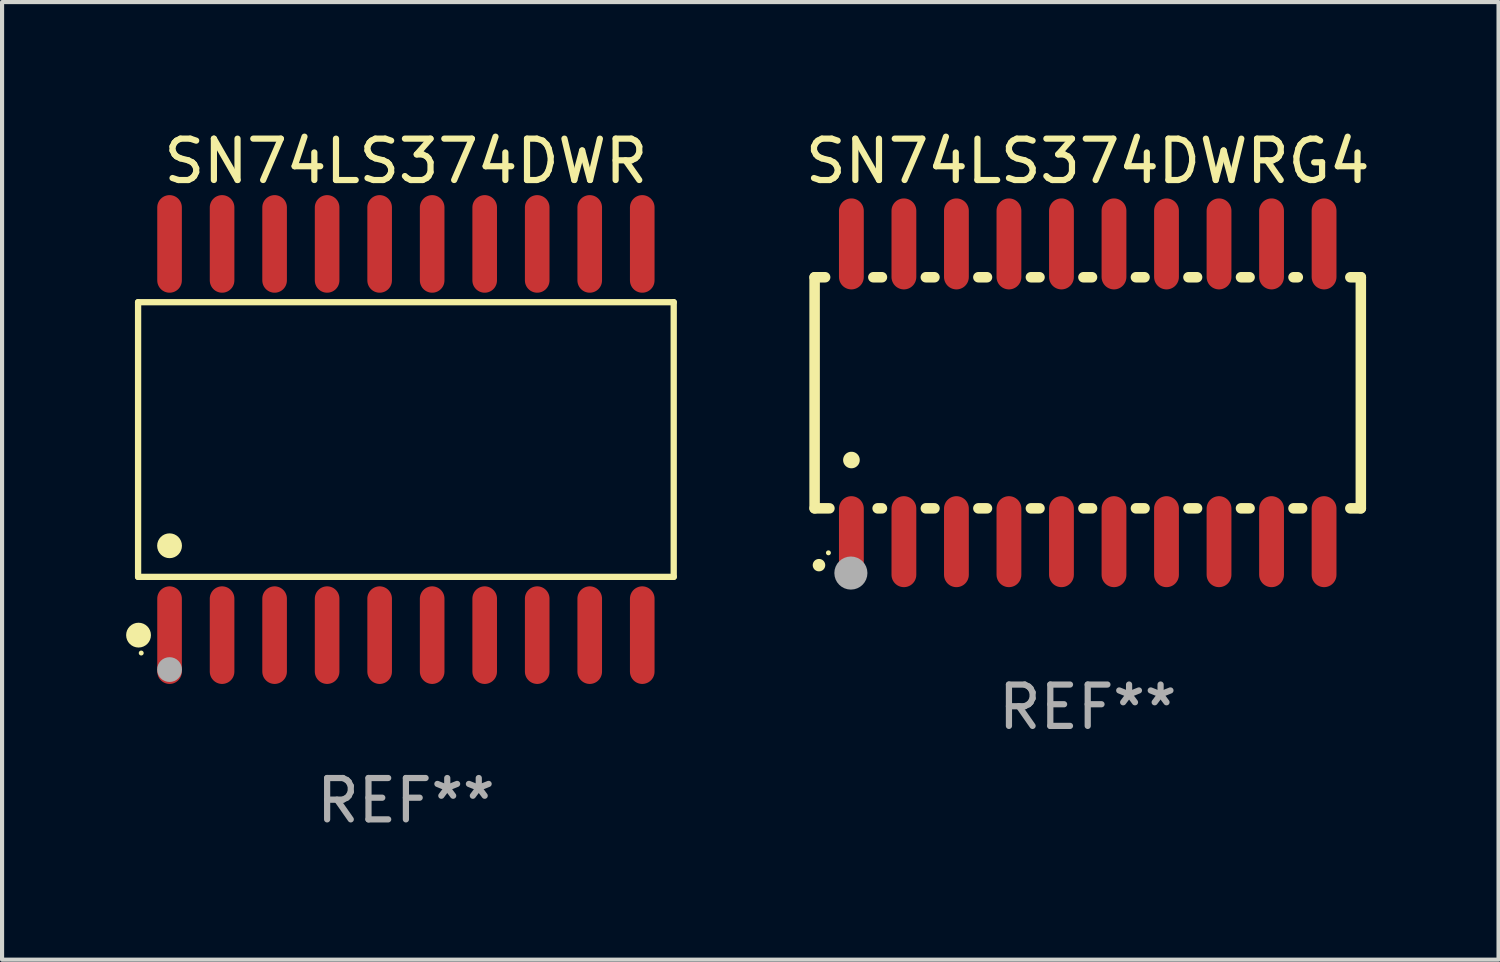
<source format=kicad_pcb>
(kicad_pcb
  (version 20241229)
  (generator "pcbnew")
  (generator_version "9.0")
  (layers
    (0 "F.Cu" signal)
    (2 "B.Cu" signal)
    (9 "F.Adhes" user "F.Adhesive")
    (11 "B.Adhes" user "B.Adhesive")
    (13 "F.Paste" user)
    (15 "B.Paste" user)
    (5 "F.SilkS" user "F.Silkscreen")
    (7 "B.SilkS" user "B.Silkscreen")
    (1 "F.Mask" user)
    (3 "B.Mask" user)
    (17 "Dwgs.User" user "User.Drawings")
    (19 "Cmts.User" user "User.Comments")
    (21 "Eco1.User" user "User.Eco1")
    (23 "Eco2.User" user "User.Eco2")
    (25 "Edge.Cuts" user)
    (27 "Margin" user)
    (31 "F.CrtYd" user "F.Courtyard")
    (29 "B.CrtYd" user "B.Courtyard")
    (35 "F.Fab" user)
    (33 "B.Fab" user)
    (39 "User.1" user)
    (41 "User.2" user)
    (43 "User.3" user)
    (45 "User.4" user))
  (footprint "SN74LS374DWRG4"
    (layer "F.Cu")
    (at 23.252 6.448)
    (property "Reference" "SN74LS374DWRG4" (at 0 -5.6 0) (layer "F.SilkS") (effects (font (size 1 1) (thickness 0.15))))
    (attr through_hole)
    (fp_line (start -6.604 -2.794) (end -6.604 2.794) (stroke (width 0.254) (type solid)) (layer "F.SilkS"))
    (fp_line (start -6.604 2.794) (end -6.246 2.794) (stroke (width 0.254) (type solid)) (layer "F.SilkS"))
    (fp_line (start -6.35 -2.794) (end -6.604 -2.794) (stroke (width 0.254) (type solid)) (layer "F.SilkS"))
    (fp_line (start -5.184 -2.794) (end -4.976 -2.794) (stroke (width 0.254) (type solid)) (layer "F.SilkS"))
    (fp_line (start -5.08 2.794) (end -4.976 2.794) (stroke (width 0.254) (type solid)) (layer "F.SilkS"))
    (fp_line (start -3.914 -2.794) (end -3.706 -2.794) (stroke (width 0.254) (type solid)) (layer "F.SilkS"))
    (fp_line (start -3.914 2.794) (end -3.706 2.794) (stroke (width 0.254) (type solid)) (layer "F.SilkS"))
    (fp_line (start -2.644 -2.794) (end -2.436 -2.794) (stroke (width 0.254) (type solid)) (layer "F.SilkS"))
    (fp_line (start -2.644 2.794) (end -2.436 2.794) (stroke (width 0.254) (type solid)) (layer "F.SilkS"))
    (fp_line (start -1.374 -2.794) (end -1.166 -2.794) (stroke (width 0.254) (type solid)) (layer "F.SilkS"))
    (fp_line (start -1.374 2.794) (end -1.166 2.794) (stroke (width 0.254) (type solid)) (layer "F.SilkS"))
    (fp_line (start -0.104 -2.794) (end 0.104 -2.794) (stroke (width 0.254) (type solid)) (layer "F.SilkS"))
    (fp_line (start -0.104 2.794) (end 0.104 2.794) (stroke (width 0.254) (type solid)) (layer "F.SilkS"))
    (fp_line (start 1.166 -2.794) (end 1.374 -2.794) (stroke (width 0.254) (type solid)) (layer "F.SilkS"))
    (fp_line (start 1.166 2.794) (end 1.374 2.794) (stroke (width 0.254) (type solid)) (layer "F.SilkS"))
    (fp_line (start 2.436 -2.794) (end 2.644 -2.794) (stroke (width 0.254) (type solid)) (layer "F.SilkS"))
    (fp_line (start 2.436 2.794) (end 2.644 2.794) (stroke (width 0.254) (type solid)) (layer "F.SilkS"))
    (fp_line (start 3.706 -2.794) (end 3.914 -2.794) (stroke (width 0.254) (type solid)) (layer "F.SilkS"))
    (fp_line (start 3.706 2.794) (end 3.914 2.794) (stroke (width 0.254) (type solid)) (layer "F.SilkS"))
    (fp_line (start 4.976 -2.794) (end 5.08 -2.794) (stroke (width 0.254) (type solid)) (layer "F.SilkS"))
    (fp_line (start 4.976 2.794) (end 5.184 2.794) (stroke (width 0.254) (type solid)) (layer "F.SilkS"))
    (fp_line (start 6.35 -2.794) (end 6.604 -2.794) (stroke (width 0.254) (type solid)) (layer "F.SilkS"))
    (fp_line (start 6.604 -2.794) (end 6.604 2.794) (stroke (width 0.254) (type solid)) (layer "F.SilkS"))
    (fp_line (start 6.604 2.794) (end 6.35 2.794) (stroke (width 0.254) (type solid)) (layer "F.SilkS"))
    (fp_arc (start -6.499619 4.167793) (mid -6.498349 4.167788) (end -6.497079 4.167793) (stroke (width 0.3) (type solid)) (layer "F.SilkS"))
    (fp_arc (start -5.715011 1.625603) (mid -5.713741 1.625599) (end -5.712471 1.625603) (stroke (width 0.4) (type solid)) (layer "F.SilkS"))
    (fp_circle (center -6.27 3.87) (end -6.24 3.87) (stroke (width 0.06) (type solid)) (fill no) (layer "F.SilkS"))
    (fp_circle (center -5.727 4.359) (end -5.527 4.359) (stroke (width 0.4) (type solid)) (fill no) (layer "F.Fab"))
    (fp_text user "REF**" (at 0 7.6 0) (layer "F.Fab") (effects (font (size 1 1) (thickness 0.15))))
    (pad "1" smd oval (at -5.715 3.6) (size 0.6 2.2) (layers "F.Cu" "F.Mask" "F.Paste"))
    (pad "2" smd oval (at -4.445 3.6) (size 0.6 2.2) (layers "F.Cu" "F.Mask" "F.Paste"))
    (pad "3" smd oval (at -3.175 3.6) (size 0.6 2.2) (layers "F.Cu" "F.Mask" "F.Paste"))
    (pad "4" smd oval (at -1.905 3.6) (size 0.6 2.2) (layers "F.Cu" "F.Mask" "F.Paste"))
    (pad "5" smd oval (at -0.635 3.6) (size 0.6 2.2) (layers "F.Cu" "F.Mask" "F.Paste"))
    (pad "6" smd oval (at 0.635 3.6) (size 0.6 2.2) (layers "F.Cu" "F.Mask" "F.Paste"))
    (pad "7" smd oval (at 1.905 3.6) (size 0.6 2.2) (layers "F.Cu" "F.Mask" "F.Paste"))
    (pad "8" smd oval (at 3.175 3.6) (size 0.6 2.2) (layers "F.Cu" "F.Mask" "F.Paste"))
    (pad "9" smd oval (at 4.445 3.6) (size 0.6 2.2) (layers "F.Cu" "F.Mask" "F.Paste"))
    (pad "10" smd oval (at 5.715 3.6) (size 0.6 2.2) (layers "F.Cu" "F.Mask" "F.Paste"))
    (pad "11" smd oval (at 5.715 -3.6 180) (size 0.6 2.2) (layers "F.Cu" "F.Mask" "F.Paste"))
    (pad "12" smd oval (at 4.445 -3.6 180) (size 0.6 2.2) (layers "F.Cu" "F.Mask" "F.Paste"))
    (pad "13" smd oval (at 3.175 -3.6 180) (size 0.6 2.2) (layers "F.Cu" "F.Mask" "F.Paste"))
    (pad "14" smd oval (at 1.905 -3.6 180) (size 0.6 2.2) (layers "F.Cu" "F.Mask" "F.Paste"))
    (pad "15" smd oval (at 0.635 -3.6 180) (size 0.6 2.2) (layers "F.Cu" "F.Mask" "F.Paste"))
    (pad "16" smd oval (at -0.635 -3.6 180) (size 0.6 2.2) (layers "F.Cu" "F.Mask" "F.Paste"))
    (pad "17" smd oval (at -1.905 -3.6 180) (size 0.6 2.2) (layers "F.Cu" "F.Mask" "F.Paste"))
    (pad "18" smd oval (at -3.175 -3.6 180) (size 0.6 2.2) (layers "F.Cu" "F.Mask" "F.Paste"))
    (pad "19" smd oval (at -4.445 -3.6 180) (size 0.6 2.2) (layers "F.Cu" "F.Mask" "F.Paste"))
    (pad "20" smd oval (at -5.715 -3.6 180) (size 0.6 2.2) (layers "F.Cu" "F.Mask" "F.Paste")))
  (footprint "SN74LS374DWR"
    (layer "F.Cu")
    (at 6.765 7.578)
    (property "Reference" "SN74LS374DWR" (at 0 -6.73 0) (layer "F.SilkS") (effects (font (size 1 1) (thickness 0.15))))
    (attr through_hole)
    (fp_line (start -6.476 -3.321) (end 6.476 -3.321) (stroke (width 0.152) (type solid)) (layer "F.SilkS"))
    (fp_line (start -6.476 3.321) (end -6.476 -3.321) (stroke (width 0.152) (type solid)) (layer "F.SilkS"))
    (fp_line (start 6.476 -3.321) (end 6.476 3.321) (stroke (width 0.152) (type solid)) (layer "F.SilkS"))
    (fp_line (start 6.476 3.321) (end -6.476 3.321) (stroke (width 0.152) (type solid)) (layer "F.SilkS"))
    (fp_circle (center -6.465 4.73) (end -6.315 4.73) (stroke (width 0.3) (type solid)) (fill no) (layer "F.SilkS"))
    (fp_circle (center -6.4 5.163) (end -6.37 5.163) (stroke (width 0.06) (type solid)) (fill no) (layer "F.SilkS"))
    (fp_circle (center -5.715 2.569) (end -5.565 2.569) (stroke (width 0.3) (type solid)) (fill no) (layer "F.SilkS"))
    (fp_circle (center -5.715 5.563) (end -5.565 5.563) (stroke (width 0.3) (type solid)) (fill no) (layer "F.Fab"))
    (fp_text user "REF**" (at 0 8.73 0) (layer "F.Fab") (effects (font (size 1 1) (thickness 0.15))))
    (pad "1" smd oval (at -5.715 4.73) (size 0.595 2.36) (layers "F.Cu" "F.Mask" "F.Paste"))
    (pad "2" smd oval (at -4.445 4.73) (size 0.595 2.36) (layers "F.Cu" "F.Mask" "F.Paste"))
    (pad "3" smd oval (at -3.175 4.73) (size 0.595 2.36) (layers "F.Cu" "F.Mask" "F.Paste"))
    (pad "4" smd oval (at -1.905 4.73) (size 0.595 2.36) (layers "F.Cu" "F.Mask" "F.Paste"))
    (pad "5" smd oval (at -0.635 4.73) (size 0.595 2.36) (layers "F.Cu" "F.Mask" "F.Paste"))
    (pad "6" smd oval (at 0.635 4.73) (size 0.595 2.36) (layers "F.Cu" "F.Mask" "F.Paste"))
    (pad "7" smd oval (at 1.905 4.73) (size 0.595 2.36) (layers "F.Cu" "F.Mask" "F.Paste"))
    (pad "8" smd oval (at 3.175 4.73) (size 0.595 2.36) (layers "F.Cu" "F.Mask" "F.Paste"))
    (pad "9" smd oval (at 4.445 4.73) (size 0.595 2.36) (layers "F.Cu" "F.Mask" "F.Paste"))
    (pad "10" smd oval (at 5.715 4.73) (size 0.595 2.36) (layers "F.Cu" "F.Mask" "F.Paste"))
    (pad "11" smd oval (at 5.715 -4.73) (size 0.595 2.36) (layers "F.Cu" "F.Mask" "F.Paste"))
    (pad "12" smd oval (at 4.445 -4.73) (size 0.595 2.36) (layers "F.Cu" "F.Mask" "F.Paste"))
    (pad "13" smd oval (at 3.175 -4.73) (size 0.595 2.36) (layers "F.Cu" "F.Mask" "F.Paste"))
    (pad "14" smd oval (at 1.905 -4.73) (size 0.595 2.36) (layers "F.Cu" "F.Mask" "F.Paste"))
    (pad "15" smd oval (at 0.635 -4.73) (size 0.595 2.36) (layers "F.Cu" "F.Mask" "F.Paste"))
    (pad "16" smd oval (at -0.635 -4.73) (size 0.595 2.36) (layers "F.Cu" "F.Mask" "F.Paste"))
    (pad "17" smd oval (at -1.905 -4.73) (size 0.595 2.36) (layers "F.Cu" "F.Mask" "F.Paste"))
    (pad "18" smd oval (at -3.175 -4.73) (size 0.595 2.36) (layers "F.Cu" "F.Mask" "F.Paste"))
    (pad "19" smd oval (at -4.445 -4.73) (size 0.595 2.36) (layers "F.Cu" "F.Mask" "F.Paste"))
    (pad "20" smd oval (at -5.715 -4.73) (size 0.595 2.36) (layers "F.Cu" "F.Mask" "F.Paste")))
  (gr_rect
    (start -3 -3)
    (end 33.186 20.156)
    (stroke (width 0.1) (type default))
    (fill no)
    (layer "Edge.Cuts")))
</source>
